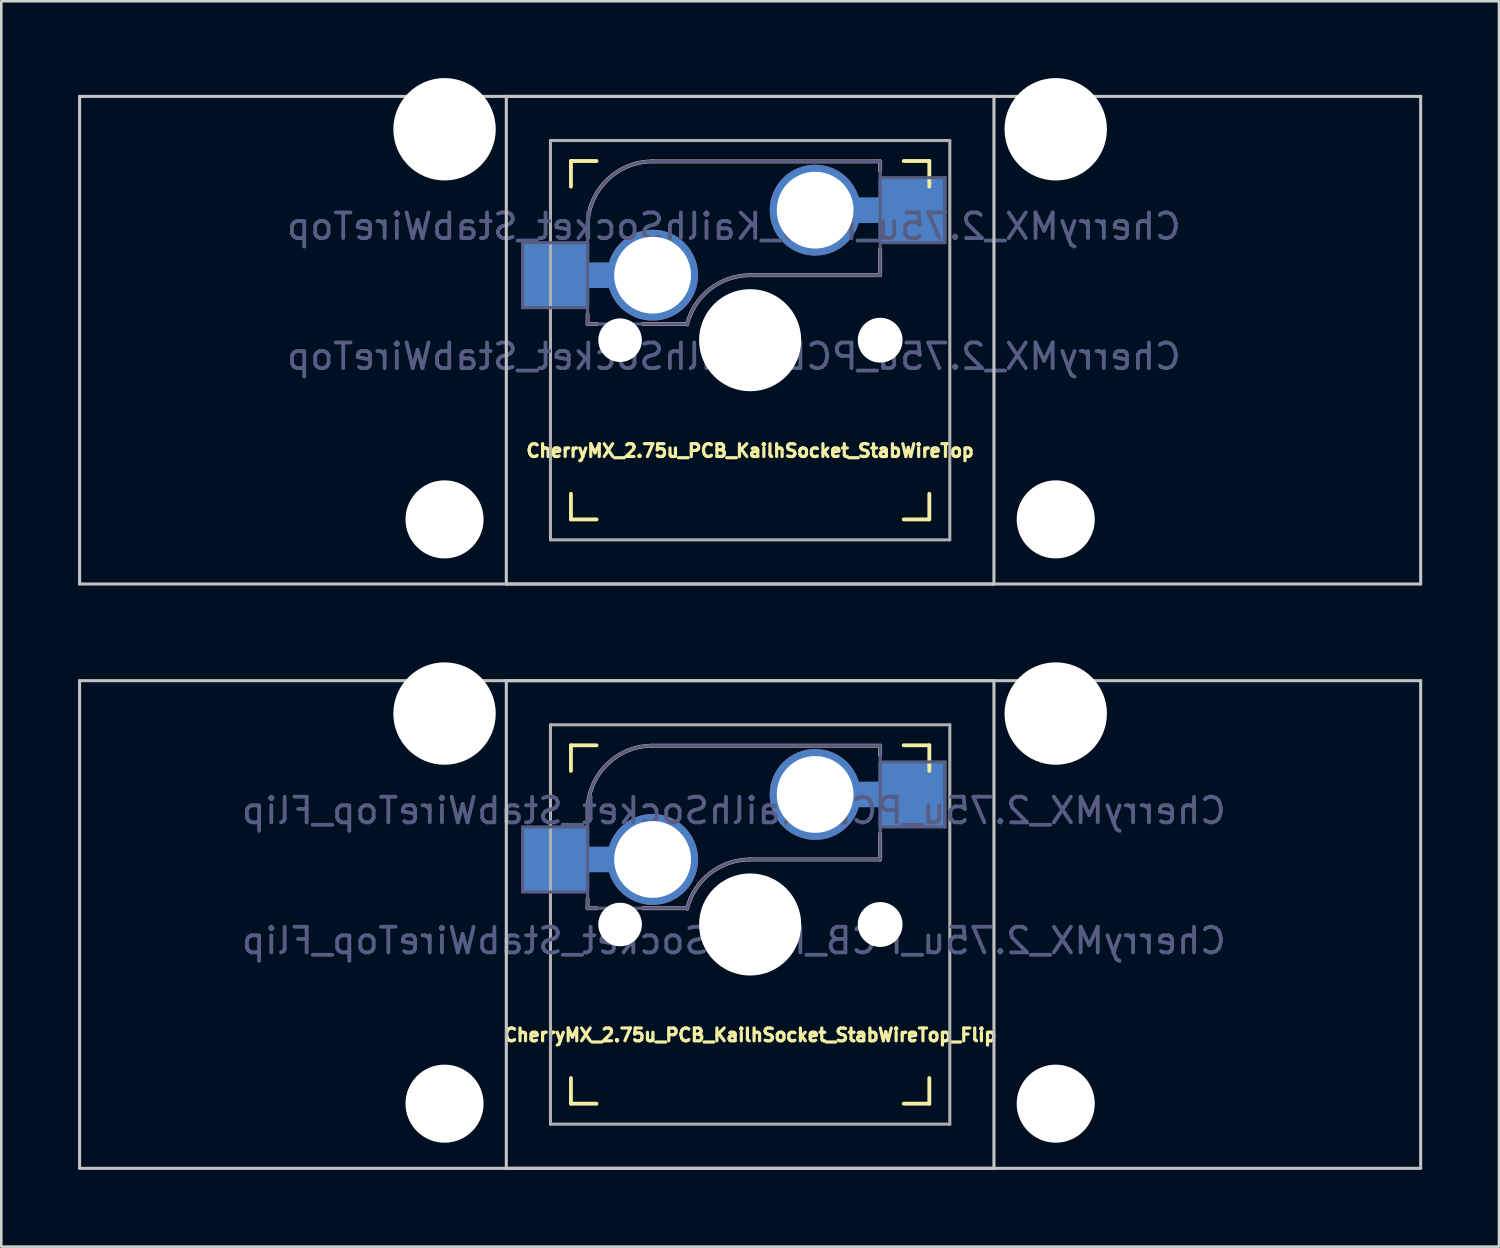
<source format=kicad_pcb>
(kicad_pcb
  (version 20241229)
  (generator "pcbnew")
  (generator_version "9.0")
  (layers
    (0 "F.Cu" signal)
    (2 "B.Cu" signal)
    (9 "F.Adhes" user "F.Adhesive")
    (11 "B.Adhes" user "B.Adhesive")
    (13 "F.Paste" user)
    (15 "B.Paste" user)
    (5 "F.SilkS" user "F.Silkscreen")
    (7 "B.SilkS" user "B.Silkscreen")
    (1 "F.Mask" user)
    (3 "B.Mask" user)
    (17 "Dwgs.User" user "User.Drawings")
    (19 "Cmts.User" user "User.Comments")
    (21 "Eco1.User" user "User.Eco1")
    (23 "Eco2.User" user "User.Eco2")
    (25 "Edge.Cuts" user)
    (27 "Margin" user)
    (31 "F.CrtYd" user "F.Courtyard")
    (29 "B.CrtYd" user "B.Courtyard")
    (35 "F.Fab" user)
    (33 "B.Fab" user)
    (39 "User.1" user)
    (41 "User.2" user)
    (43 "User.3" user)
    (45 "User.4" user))
  (footprint "CherryMX_2.75u_PCB_KailhSocket_StabWireTop"
    (layer "F.Cu")
    (at 26.254 10.24)
    (property "Reference" "CherryMX_2.75u_PCB_KailhSocket_StabWireTop" (at 0 4.318 0) (layer "F.SilkS") (effects (font (size 0.5 0.5) (thickness 0.125))))
    (property "Value" "CherryMX_2.75u_PCB_KailhSocket_StabWireTop" (at 0 8.662 0) (layer "F.Fab") (hide yes) (effects (font (size 1 1) (thickness 0.15))))
    (attr through_hole)
    (fp_line (start -7 -6) (end -7 -7) (stroke (width 0.15) (type solid)) (layer "F.SilkS"))
    (fp_line (start -7 7) (end -7 6) (stroke (width 0.15) (type solid)) (layer "F.SilkS"))
    (fp_line (start -7 7) (end -6 7) (stroke (width 0.15) (type solid)) (layer "F.SilkS"))
    (fp_line (start -6 -7) (end -7 -7) (stroke (width 0.15) (type solid)) (layer "F.SilkS"))
    (fp_line (start 6 7) (end 7 7) (stroke (width 0.15) (type solid)) (layer "F.SilkS"))
    (fp_line (start 7 -7) (end 6 -7) (stroke (width 0.15) (type solid)) (layer "F.SilkS"))
    (fp_line (start 7 -7) (end 7 -6) (stroke (width 0.15) (type solid)) (layer "F.SilkS"))
    (fp_line (start 7 6) (end 7 7) (stroke (width 0.15) (type solid)) (layer "F.SilkS"))
    (fp_line (start -6.35 -4.445) (end -6.35 -4.064) (stroke (width 0.15) (type solid)) (layer "B.SilkS"))
    (fp_line (start -6.35 -1.016) (end -6.35 -0.635) (stroke (width 0.15) (type solid)) (layer "B.SilkS"))
    (fp_line (start -5.969 -0.635) (end -6.35 -0.635) (stroke (width 0.15) (type solid)) (layer "B.SilkS"))
    (fp_line (start -3.81 -6.985) (end 5.08 -6.985) (stroke (width 0.15) (type solid)) (layer "B.SilkS"))
    (fp_line (start -2.464 -0.635) (end -4.191 -0.635) (stroke (width 0.15) (type solid)) (layer "B.SilkS"))
    (fp_line (start 5.08 -6.985) (end 5.08 -6.604) (stroke (width 0.15) (type solid)) (layer "B.SilkS"))
    (fp_line (start 5.08 -3.556) (end 5.08 -2.54) (stroke (width 0.15) (type solid)) (layer "B.SilkS"))
    (fp_line (start 5.08 -2.54) (end 0 -2.54) (stroke (width 0.15) (type solid)) (layer "B.SilkS"))
    (fp_arc (start -6.35 -4.445) (mid -5.606051 -6.241051) (end -3.81 -6.985) (stroke (width 0.15) (type solid)) (layer "B.SilkS"))
    (fp_arc (start -2.464162 -0.61604) (mid -1.563147 -2.002042) (end 0 -2.54) (stroke (width 0.15) (type solid)) (layer "B.SilkS"))
    (fp_line (start -26.194 -9.525) (end 26.194 -9.525) (stroke (width 0.12) (type solid)) (layer "Dwgs.User"))
    (fp_line (start -26.194 9.525) (end -26.194 -9.525) (stroke (width 0.12) (type solid)) (layer "Dwgs.User"))
    (fp_line (start -9.525 -9.525) (end 9.525 -9.525) (stroke (width 0.12) (type solid)) (layer "Dwgs.User"))
    (fp_line (start -9.525 9.525) (end -9.525 -9.525) (stroke (width 0.12) (type solid)) (layer "Dwgs.User"))
    (fp_line (start 9.525 -9.525) (end 9.525 9.525) (stroke (width 0.12) (type solid)) (layer "Dwgs.User"))
    (fp_line (start 9.525 9.525) (end -9.525 9.525) (stroke (width 0.12) (type solid)) (layer "Dwgs.User"))
    (fp_line (start 26.194 -9.525) (end 26.194 9.525) (stroke (width 0.12) (type solid)) (layer "Dwgs.User"))
    (fp_line (start 26.194 9.525) (end -26.194 9.525) (stroke (width 0.12) (type solid)) (layer "Dwgs.User"))
    (fp_line (start -6.9 6.9) (end -6.9 -6.9) (stroke (width 0.15) (type solid)) (layer "Eco2.User"))
    (fp_line (start -6.9 6.9) (end 6.9 6.9) (stroke (width 0.15) (type solid)) (layer "Eco2.User"))
    (fp_line (start 6.9 -6.9) (end -6.9 -6.9) (stroke (width 0.15) (type solid)) (layer "Eco2.User"))
    (fp_line (start 6.9 -6.9) (end 6.9 6.9) (stroke (width 0.15) (type solid)) (layer "Eco2.User"))
    (fp_line (start -8.89 -3.81) (end -6.35 -3.81) (stroke (width 0.12) (type solid)) (layer "B.Fab"))
    (fp_line (start -8.89 -1.27) (end -8.89 -3.81) (stroke (width 0.12) (type solid)) (layer "B.Fab"))
    (fp_line (start -6.35 -1.27) (end -8.89 -1.27) (stroke (width 0.12) (type solid)) (layer "B.Fab"))
    (fp_line (start -6.35 -0.635) (end -6.35 -4.445) (stroke (width 0.12) (type solid)) (layer "B.Fab"))
    (fp_line (start -6.35 -0.635) (end -2.54 -0.635) (stroke (width 0.12) (type solid)) (layer "B.Fab"))
    (fp_line (start -3.81 -6.985) (end 5.08 -6.985) (stroke (width 0.12) (type solid)) (layer "B.Fab"))
    (fp_line (start 5.08 -6.985) (end 5.08 -2.54) (stroke (width 0.12) (type solid)) (layer "B.Fab"))
    (fp_line (start 5.08 -6.35) (end 7.62 -6.35) (stroke (width 0.12) (type solid)) (layer "B.Fab"))
    (fp_line (start 5.08 -2.54) (end 0 -2.54) (stroke (width 0.12) (type solid)) (layer "B.Fab"))
    (fp_line (start 7.62 -6.35) (end 7.62 -3.81) (stroke (width 0.12) (type solid)) (layer "B.Fab"))
    (fp_line (start 7.62 -3.81) (end 5.08 -3.81) (stroke (width 0.12) (type solid)) (layer "B.Fab"))
    (fp_arc (start -6.35 -4.445) (mid -5.606051 -6.241051) (end -3.81 -6.985) (stroke (width 0.12) (type solid)) (layer "B.Fab"))
    (fp_arc (start -2.464162 -0.61604) (mid -1.563147 -2.002042) (end 0 -2.54) (stroke (width 0.12) (type solid)) (layer "B.Fab"))
    (fp_line (start -7.8 -7.8) (end -7.8 7.8) (stroke (width 0.12) (type solid)) (layer "F.Fab"))
    (fp_line (start -7.8 -7.8) (end 7.8 -7.8) (stroke (width 0.12) (type solid)) (layer "F.Fab"))
    (fp_line (start -7.8 7.8) (end 7.8 7.8) (stroke (width 0.12) (type solid)) (layer "F.Fab"))
    (fp_line (start 7.8 -7.8) (end 7.8 7.8) (stroke (width 0.12) (type solid)) (layer "F.Fab"))
    (fp_text user "${VALUE}" (at -0.635 0.635 0) (layer "B.Fab") (effects (font (size 1 1) (thickness 0.15)) (justify mirror)))
    (fp_text user "${REFERENCE}" (at -0.635 -4.445 0) (layer "B.Fab") (effects (font (size 1 1) (thickness 0.15)) (justify mirror)))
    (pad "" np_thru_hole circle (at -11.938 -8.24) (size 4 4) (drill 4) (layers "*.Cu" "*.Mask"))
    (pad "" np_thru_hole circle (at -11.938 7) (size 3.05 3.05) (drill 3.05) (layers "*.Cu" "*.Mask"))
    (pad "" np_thru_hole circle (at -5.08 0) (size 1.702 1.702) (drill 1.702) (layers "*.Cu" "*.Mask"))
    (pad "" np_thru_hole circle (at 0 0) (size 3.988 3.988) (drill 3.988) (layers "*.Cu" "*.Mask"))
    (pad "" np_thru_hole circle (at 5.08 0) (size 1.702 1.702) (drill 1.702) (layers "*.Cu" "*.Mask"))
    (pad "" np_thru_hole circle (at 5.08 0) (size 1.75 1.75) (drill 1.75) (layers "*.Cu" "*.Mask"))
    (pad "" np_thru_hole circle (at 11.938 -8.24) (size 4 4) (drill 4) (layers "*.Cu" "*.Mask"))
    (pad "" np_thru_hole circle (at 11.938 7) (size 3.05 3.05) (drill 3.05) (layers "*.Cu" "*.Mask"))
    (pad "1" smd rect (at -7.56 -2.54) (size 2.55 2.5) (layers "B.Cu" "B.Mask" "B.Paste"))
    (pad "1" connect rect (at -5.715 -2.54 90) (size 1 2.5) (layers "B.Cu"))
    (pad "1" thru_hole circle (at -3.81 -2.54) (size 3.55 3.55) (drill 3) (layers "*.Cu"))
    (pad "2" thru_hole circle (at 2.54 -5.08) (size 3.55 3.55) (drill 3) (layers "*.Cu"))
    (pad "2" connect rect (at 5.015 -5.08 270) (size 1 2.5) (layers "B.Cu"))
    (pad "2" smd rect (at 6.29 -5.08) (size 2.55 2.5) (layers "B.Cu" "B.Mask" "B.Paste")))
  (footprint "CherryMX_2.75u_PCB_KailhSocket_StabWireTop_Flip"
    (layer "F.Cu")
    (at 26.254 33.065)
    (property "Reference" "CherryMX_2.75u_PCB_KailhSocket_StabWireTop_Flip" (at 0 4.318 0) (layer "F.SilkS") (effects (font (size 0.5 0.5) (thickness 0.125))))
    (property "Value" "CherryMX_2.75u_PCB_KailhSocket_StabWireTop_Flip" (at 0 8.662 0) (layer "F.Fab") (hide yes) (effects (font (size 1 1) (thickness 0.15))))
    (attr through_hole)
    (fp_line (start -7 -6) (end -7 -7) (stroke (width 0.15) (type solid)) (layer "F.SilkS"))
    (fp_line (start -7 7) (end -7 6) (stroke (width 0.15) (type solid)) (layer "F.SilkS"))
    (fp_line (start -7 7) (end -6 7) (stroke (width 0.15) (type solid)) (layer "F.SilkS"))
    (fp_line (start -6 -7) (end -7 -7) (stroke (width 0.15) (type solid)) (layer "F.SilkS"))
    (fp_line (start 6 7) (end 7 7) (stroke (width 0.15) (type solid)) (layer "F.SilkS"))
    (fp_line (start 7 -7) (end 6 -7) (stroke (width 0.15) (type solid)) (layer "F.SilkS"))
    (fp_line (start 7 -7) (end 7 -6) (stroke (width 0.15) (type solid)) (layer "F.SilkS"))
    (fp_line (start 7 6) (end 7 7) (stroke (width 0.15) (type solid)) (layer "F.SilkS"))
    (fp_line (start -6.35 -4.445) (end -6.35 -4.064) (stroke (width 0.15) (type solid)) (layer "B.SilkS"))
    (fp_line (start -6.35 -1.016) (end -6.35 -0.635) (stroke (width 0.15) (type solid)) (layer "B.SilkS"))
    (fp_line (start -5.969 -0.635) (end -6.35 -0.635) (stroke (width 0.15) (type solid)) (layer "B.SilkS"))
    (fp_line (start -3.81 -6.985) (end 5.08 -6.985) (stroke (width 0.15) (type solid)) (layer "B.SilkS"))
    (fp_line (start -2.464 -0.635) (end -4.191 -0.635) (stroke (width 0.15) (type solid)) (layer "B.SilkS"))
    (fp_line (start 5.08 -6.985) (end 5.08 -6.604) (stroke (width 0.15) (type solid)) (layer "B.SilkS"))
    (fp_line (start 5.08 -3.556) (end 5.08 -2.54) (stroke (width 0.15) (type solid)) (layer "B.SilkS"))
    (fp_line (start 5.08 -2.54) (end 0 -2.54) (stroke (width 0.15) (type solid)) (layer "B.SilkS"))
    (fp_arc (start -6.35 -4.445) (mid -5.606051 -6.241051) (end -3.81 -6.985) (stroke (width 0.15) (type solid)) (layer "B.SilkS"))
    (fp_arc (start -2.464162 -0.61604) (mid -1.563147 -2.002042) (end 0 -2.54) (stroke (width 0.15) (type solid)) (layer "B.SilkS"))
    (fp_line (start -26.194 -9.525) (end 26.194 -9.525) (stroke (width 0.12) (type solid)) (layer "Dwgs.User"))
    (fp_line (start -26.194 9.525) (end -26.194 -9.525) (stroke (width 0.12) (type solid)) (layer "Dwgs.User"))
    (fp_line (start -9.525 -9.525) (end 9.525 -9.525) (stroke (width 0.12) (type solid)) (layer "Dwgs.User"))
    (fp_line (start -9.525 9.525) (end -9.525 -9.525) (stroke (width 0.12) (type solid)) (layer "Dwgs.User"))
    (fp_line (start 9.525 -9.525) (end 9.525 9.525) (stroke (width 0.12) (type solid)) (layer "Dwgs.User"))
    (fp_line (start 9.525 9.525) (end -9.525 9.525) (stroke (width 0.12) (type solid)) (layer "Dwgs.User"))
    (fp_line (start 26.194 -9.525) (end 26.194 9.525) (stroke (width 0.12) (type solid)) (layer "Dwgs.User"))
    (fp_line (start 26.194 9.525) (end -26.194 9.525) (stroke (width 0.12) (type solid)) (layer "Dwgs.User"))
    (fp_line (start -6.9 6.9) (end -6.9 -6.9) (stroke (width 0.15) (type solid)) (layer "Eco2.User"))
    (fp_line (start -6.9 6.9) (end 6.9 6.9) (stroke (width 0.15) (type solid)) (layer "Eco2.User"))
    (fp_line (start 6.9 -6.9) (end -6.9 -6.9) (stroke (width 0.15) (type solid)) (layer "Eco2.User"))
    (fp_line (start 6.9 -6.9) (end 6.9 6.9) (stroke (width 0.15) (type solid)) (layer "Eco2.User"))
    (fp_line (start -8.89 -3.81) (end -6.35 -3.81) (stroke (width 0.12) (type solid)) (layer "B.Fab"))
    (fp_line (start -8.89 -1.27) (end -8.89 -3.81) (stroke (width 0.12) (type solid)) (layer "B.Fab"))
    (fp_line (start -6.35 -1.27) (end -8.89 -1.27) (stroke (width 0.12) (type solid)) (layer "B.Fab"))
    (fp_line (start -6.35 -0.635) (end -6.35 -4.445) (stroke (width 0.12) (type solid)) (layer "B.Fab"))
    (fp_line (start -6.35 -0.635) (end -2.54 -0.635) (stroke (width 0.12) (type solid)) (layer "B.Fab"))
    (fp_line (start -3.81 -6.985) (end 5.08 -6.985) (stroke (width 0.12) (type solid)) (layer "B.Fab"))
    (fp_line (start 5.08 -6.985) (end 5.08 -2.54) (stroke (width 0.12) (type solid)) (layer "B.Fab"))
    (fp_line (start 5.08 -6.35) (end 7.62 -6.35) (stroke (width 0.12) (type solid)) (layer "B.Fab"))
    (fp_line (start 5.08 -2.54) (end 0 -2.54) (stroke (width 0.12) (type solid)) (layer "B.Fab"))
    (fp_line (start 7.62 -6.35) (end 7.62 -3.81) (stroke (width 0.12) (type solid)) (layer "B.Fab"))
    (fp_line (start 7.62 -3.81) (end 5.08 -3.81) (stroke (width 0.12) (type solid)) (layer "B.Fab"))
    (fp_arc (start -6.35 -4.445) (mid -5.606051 -6.241051) (end -3.81 -6.985) (stroke (width 0.12) (type solid)) (layer "B.Fab"))
    (fp_arc (start -2.464162 -0.61604) (mid -1.563147 -2.002042) (end 0 -2.54) (stroke (width 0.12) (type solid)) (layer "B.Fab"))
    (fp_line (start -7.8 -7.8) (end -7.8 7.8) (stroke (width 0.12) (type solid)) (layer "F.Fab"))
    (fp_line (start -7.8 -7.8) (end 7.8 -7.8) (stroke (width 0.12) (type solid)) (layer "F.Fab"))
    (fp_line (start -7.8 7.8) (end 7.8 7.8) (stroke (width 0.12) (type solid)) (layer "F.Fab"))
    (fp_line (start 7.8 -7.8) (end 7.8 7.8) (stroke (width 0.12) (type solid)) (layer "F.Fab"))
    (fp_text user "${REFERENCE}" (at -0.635 -4.445 0) (layer "B.Fab") (effects (font (size 1 1) (thickness 0.15)) (justify mirror)))
    (fp_text user "${VALUE}" (at -0.635 0.635 0) (layer "B.Fab") (effects (font (size 1 1) (thickness 0.15)) (justify mirror)))
    (pad "" np_thru_hole circle (at -11.938 -8.24) (size 4 4) (drill 4) (layers "*.Cu" "*.Mask"))
    (pad "" np_thru_hole circle (at -11.938 7) (size 3.05 3.05) (drill 3.05) (layers "*.Cu" "*.Mask"))
    (pad "" np_thru_hole circle (at -5.08 0) (size 1.702 1.702) (drill 1.702) (layers "*.Cu" "*.Mask"))
    (pad "" np_thru_hole circle (at 0 0) (size 3.988 3.988) (drill 3.988) (layers "*.Cu" "*.Mask"))
    (pad "" np_thru_hole circle (at 5.08 0) (size 1.702 1.702) (drill 1.702) (layers "*.Cu" "*.Mask"))
    (pad "" np_thru_hole circle (at 5.08 0) (size 1.75 1.75) (drill 1.75) (layers "*.Cu" "*.Mask"))
    (pad "" np_thru_hole circle (at 11.938 -8.24) (size 4 4) (drill 4) (layers "*.Cu" "*.Mask"))
    (pad "" np_thru_hole circle (at 11.938 7) (size 3.05 3.05) (drill 3.05) (layers "*.Cu" "*.Mask"))
    (pad "1" thru_hole circle (at 2.54 -5.08) (size 3.55 3.55) (drill 3) (layers "*.Cu"))
    (pad "1" connect rect (at 5.015 -5.08 270) (size 1 2.5) (layers "B.Cu"))
    (pad "1" smd rect (at 6.29 -5.08) (size 2.55 2.5) (layers "B.Cu" "B.Mask" "B.Paste"))
    (pad "2" smd rect (at -7.56 -2.54) (size 2.55 2.5) (layers "B.Cu" "B.Mask" "B.Paste"))
    (pad "2" connect rect (at -5.715 -2.54 90) (size 1 2.5) (layers "B.Cu"))
    (pad "2" thru_hole circle (at -3.81 -2.54) (size 3.55 3.55) (drill 3) (layers "*.Cu")))
  (gr_rect
    (start -3 -3)
    (end 55.508 45.65)
    (stroke (width 0.1) (type default))
    (fill no)
    (layer "Edge.Cuts")))
</source>
